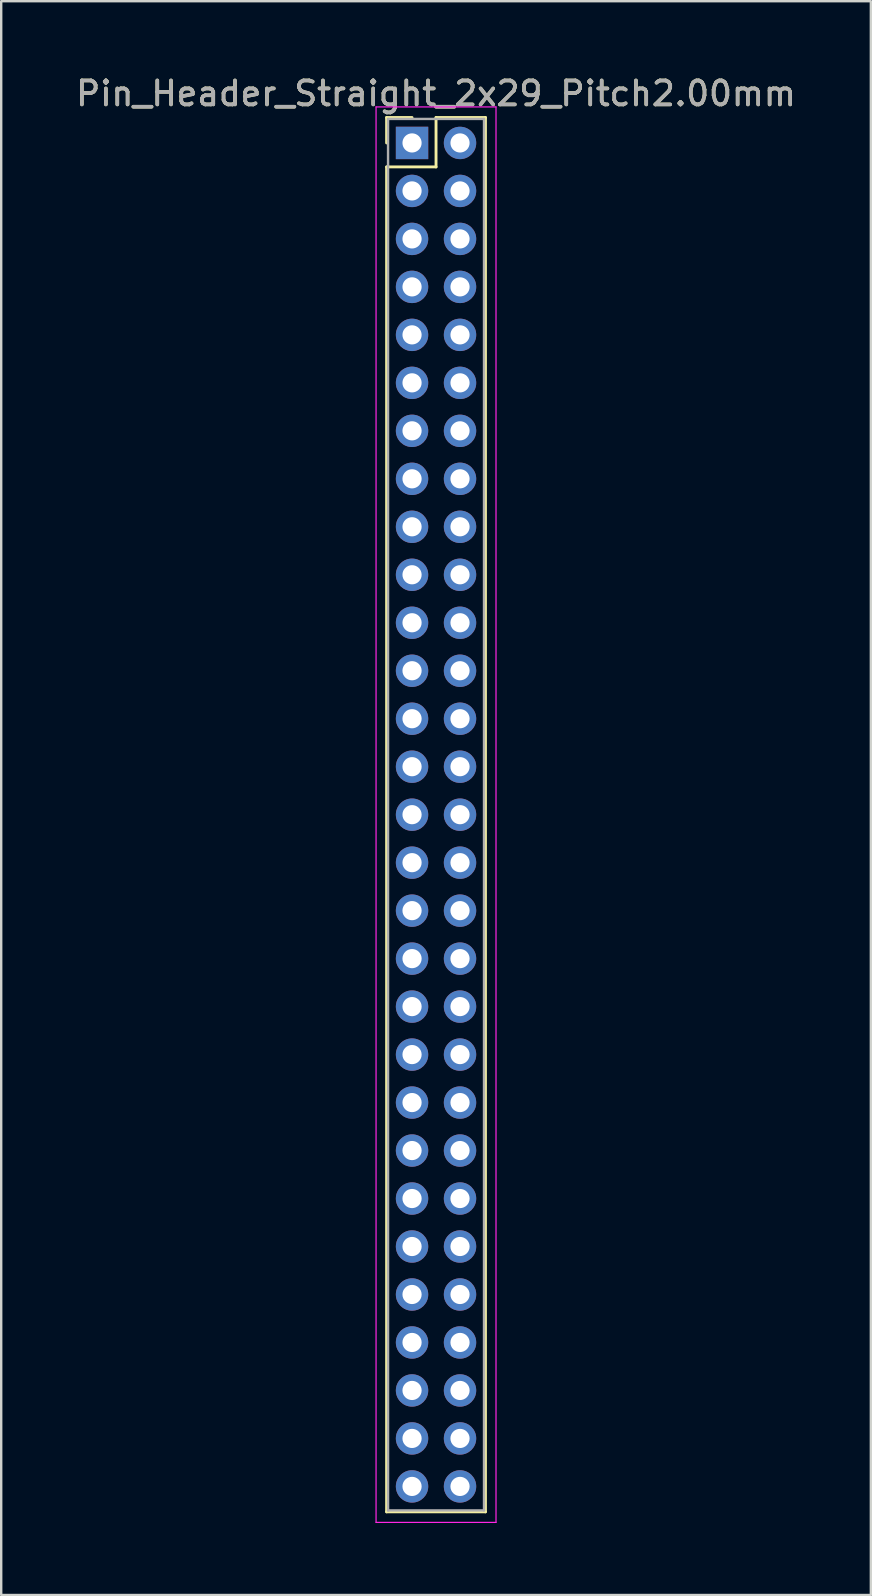
<source format=kicad_pcb>
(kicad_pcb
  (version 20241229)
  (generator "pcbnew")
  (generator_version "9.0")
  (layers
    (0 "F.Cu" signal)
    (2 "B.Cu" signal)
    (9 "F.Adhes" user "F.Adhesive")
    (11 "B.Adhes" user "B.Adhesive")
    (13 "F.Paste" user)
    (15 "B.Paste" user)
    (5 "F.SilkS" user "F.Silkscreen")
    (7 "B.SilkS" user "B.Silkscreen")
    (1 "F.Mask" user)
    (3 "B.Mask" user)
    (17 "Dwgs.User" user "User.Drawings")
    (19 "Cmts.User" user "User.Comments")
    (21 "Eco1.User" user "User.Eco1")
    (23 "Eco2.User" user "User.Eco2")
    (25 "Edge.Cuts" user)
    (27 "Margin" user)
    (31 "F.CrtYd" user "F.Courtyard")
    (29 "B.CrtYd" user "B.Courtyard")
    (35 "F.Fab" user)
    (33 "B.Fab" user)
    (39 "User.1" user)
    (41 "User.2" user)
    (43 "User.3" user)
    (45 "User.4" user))
  (footprint "Pin_Header_Straight_2x29_Pitch2.00mm"
    (layer "F.Cu")
    (at 14.125 2.908)
    (property "Reference" "Pin_Header_Straight_2x29_Pitch2.00mm" (at 1 -2.06 0) (layer "F.SilkS") (effects (font (size 1 1) (thickness 0.15))))
    (attr through_hole)
    (fp_line (start -1.06 -1.06) (end 0 -1.06) (stroke (width 0.12) (type solid)) (layer "F.SilkS"))
    (fp_line (start -1.06 0) (end -1.06 -1.06) (stroke (width 0.12) (type solid)) (layer "F.SilkS"))
    (fp_line (start -1.06 1) (end -1.06 57.06) (stroke (width 0.12) (type solid)) (layer "F.SilkS"))
    (fp_line (start -1.06 57.06) (end 3.06 57.06) (stroke (width 0.12) (type solid)) (layer "F.SilkS"))
    (fp_line (start 1 -1.06) (end 1 1) (stroke (width 0.12) (type solid)) (layer "F.SilkS"))
    (fp_line (start 1 1) (end -1.06 1) (stroke (width 0.12) (type solid)) (layer "F.SilkS"))
    (fp_line (start 3.06 -1.06) (end 1 -1.06) (stroke (width 0.12) (type solid)) (layer "F.SilkS"))
    (fp_line (start 3.06 57.06) (end 3.06 -1.06) (stroke (width 0.12) (type solid)) (layer "F.SilkS"))
    (fp_line (start -1.5 -1.5) (end -1.5 57.5) (stroke (width 0.05) (type solid)) (layer "F.CrtYd"))
    (fp_line (start -1.5 57.5) (end 3.5 57.5) (stroke (width 0.05) (type solid)) (layer "F.CrtYd"))
    (fp_line (start 3.5 -1.5) (end -1.5 -1.5) (stroke (width 0.05) (type solid)) (layer "F.CrtYd"))
    (fp_line (start 3.5 57.5) (end 3.5 -1.5) (stroke (width 0.05) (type solid)) (layer "F.CrtYd"))
    (fp_line (start -1 -1) (end -1 57) (stroke (width 0.1) (type solid)) (layer "F.Fab"))
    (fp_line (start -1 57) (end 3 57) (stroke (width 0.1) (type solid)) (layer "F.Fab"))
    (fp_line (start 3 -1) (end -1 -1) (stroke (width 0.1) (type solid)) (layer "F.Fab"))
    (fp_line (start 3 57) (end 3 -1) (stroke (width 0.1) (type solid)) (layer "F.Fab"))
    (fp_text user "${REFERENCE}" (at 1 -2.06 0) (layer "F.Fab") (effects (font (size 1 1) (thickness 0.15))))
    (pad "1" thru_hole rect (at 0 0) (size 1.35 1.35) (drill 0.8) (layers "*.Cu" "*.Mask"))
    (pad "2" thru_hole oval (at 2 0) (size 1.35 1.35) (drill 0.8) (layers "*.Cu" "*.Mask"))
    (pad "3" thru_hole oval (at 0 2) (size 1.35 1.35) (drill 0.8) (layers "*.Cu" "*.Mask"))
    (pad "4" thru_hole oval (at 2 2) (size 1.35 1.35) (drill 0.8) (layers "*.Cu" "*.Mask"))
    (pad "5" thru_hole oval (at 0 4) (size 1.35 1.35) (drill 0.8) (layers "*.Cu" "*.Mask"))
    (pad "6" thru_hole oval (at 2 4) (size 1.35 1.35) (drill 0.8) (layers "*.Cu" "*.Mask"))
    (pad "7" thru_hole oval (at 0 6) (size 1.35 1.35) (drill 0.8) (layers "*.Cu" "*.Mask"))
    (pad "8" thru_hole oval (at 2 6) (size 1.35 1.35) (drill 0.8) (layers "*.Cu" "*.Mask"))
    (pad "9" thru_hole oval (at 0 8) (size 1.35 1.35) (drill 0.8) (layers "*.Cu" "*.Mask"))
    (pad "10" thru_hole oval (at 2 8) (size 1.35 1.35) (drill 0.8) (layers "*.Cu" "*.Mask"))
    (pad "11" thru_hole oval (at 0 10) (size 1.35 1.35) (drill 0.8) (layers "*.Cu" "*.Mask"))
    (pad "12" thru_hole oval (at 2 10) (size 1.35 1.35) (drill 0.8) (layers "*.Cu" "*.Mask"))
    (pad "13" thru_hole oval (at 0 12) (size 1.35 1.35) (drill 0.8) (layers "*.Cu" "*.Mask"))
    (pad "14" thru_hole oval (at 2 12) (size 1.35 1.35) (drill 0.8) (layers "*.Cu" "*.Mask"))
    (pad "15" thru_hole oval (at 0 14) (size 1.35 1.35) (drill 0.8) (layers "*.Cu" "*.Mask"))
    (pad "16" thru_hole oval (at 2 14) (size 1.35 1.35) (drill 0.8) (layers "*.Cu" "*.Mask"))
    (pad "17" thru_hole oval (at 0 16) (size 1.35 1.35) (drill 0.8) (layers "*.Cu" "*.Mask"))
    (pad "18" thru_hole oval (at 2 16) (size 1.35 1.35) (drill 0.8) (layers "*.Cu" "*.Mask"))
    (pad "19" thru_hole oval (at 0 18) (size 1.35 1.35) (drill 0.8) (layers "*.Cu" "*.Mask"))
    (pad "20" thru_hole oval (at 2 18) (size 1.35 1.35) (drill 0.8) (layers "*.Cu" "*.Mask"))
    (pad "21" thru_hole oval (at 0 20) (size 1.35 1.35) (drill 0.8) (layers "*.Cu" "*.Mask"))
    (pad "22" thru_hole oval (at 2 20) (size 1.35 1.35) (drill 0.8) (layers "*.Cu" "*.Mask"))
    (pad "23" thru_hole oval (at 0 22) (size 1.35 1.35) (drill 0.8) (layers "*.Cu" "*.Mask"))
    (pad "24" thru_hole oval (at 2 22) (size 1.35 1.35) (drill 0.8) (layers "*.Cu" "*.Mask"))
    (pad "25" thru_hole oval (at 0 24) (size 1.35 1.35) (drill 0.8) (layers "*.Cu" "*.Mask"))
    (pad "26" thru_hole oval (at 2 24) (size 1.35 1.35) (drill 0.8) (layers "*.Cu" "*.Mask"))
    (pad "27" thru_hole oval (at 0 26) (size 1.35 1.35) (drill 0.8) (layers "*.Cu" "*.Mask"))
    (pad "28" thru_hole oval (at 2 26) (size 1.35 1.35) (drill 0.8) (layers "*.Cu" "*.Mask"))
    (pad "29" thru_hole oval (at 0 28) (size 1.35 1.35) (drill 0.8) (layers "*.Cu" "*.Mask"))
    (pad "30" thru_hole oval (at 2 28) (size 1.35 1.35) (drill 0.8) (layers "*.Cu" "*.Mask"))
    (pad "31" thru_hole oval (at 0 30) (size 1.35 1.35) (drill 0.8) (layers "*.Cu" "*.Mask"))
    (pad "32" thru_hole oval (at 2 30) (size 1.35 1.35) (drill 0.8) (layers "*.Cu" "*.Mask"))
    (pad "33" thru_hole oval (at 0 32) (size 1.35 1.35) (drill 0.8) (layers "*.Cu" "*.Mask"))
    (pad "34" thru_hole oval (at 2 32) (size 1.35 1.35) (drill 0.8) (layers "*.Cu" "*.Mask"))
    (pad "35" thru_hole oval (at 0 34) (size 1.35 1.35) (drill 0.8) (layers "*.Cu" "*.Mask"))
    (pad "36" thru_hole oval (at 2 34) (size 1.35 1.35) (drill 0.8) (layers "*.Cu" "*.Mask"))
    (pad "37" thru_hole oval (at 0 36) (size 1.35 1.35) (drill 0.8) (layers "*.Cu" "*.Mask"))
    (pad "38" thru_hole oval (at 2 36) (size 1.35 1.35) (drill 0.8) (layers "*.Cu" "*.Mask"))
    (pad "39" thru_hole oval (at 0 38) (size 1.35 1.35) (drill 0.8) (layers "*.Cu" "*.Mask"))
    (pad "40" thru_hole oval (at 2 38) (size 1.35 1.35) (drill 0.8) (layers "*.Cu" "*.Mask"))
    (pad "41" thru_hole oval (at 0 40) (size 1.35 1.35) (drill 0.8) (layers "*.Cu" "*.Mask"))
    (pad "42" thru_hole oval (at 2 40) (size 1.35 1.35) (drill 0.8) (layers "*.Cu" "*.Mask"))
    (pad "43" thru_hole oval (at 0 42) (size 1.35 1.35) (drill 0.8) (layers "*.Cu" "*.Mask"))
    (pad "44" thru_hole oval (at 2 42) (size 1.35 1.35) (drill 0.8) (layers "*.Cu" "*.Mask"))
    (pad "45" thru_hole oval (at 0 44) (size 1.35 1.35) (drill 0.8) (layers "*.Cu" "*.Mask"))
    (pad "46" thru_hole oval (at 2 44) (size 1.35 1.35) (drill 0.8) (layers "*.Cu" "*.Mask"))
    (pad "47" thru_hole oval (at 0 46) (size 1.35 1.35) (drill 0.8) (layers "*.Cu" "*.Mask"))
    (pad "48" thru_hole oval (at 2 46) (size 1.35 1.35) (drill 0.8) (layers "*.Cu" "*.Mask"))
    (pad "49" thru_hole oval (at 0 48) (size 1.35 1.35) (drill 0.8) (layers "*.Cu" "*.Mask"))
    (pad "50" thru_hole oval (at 2 48) (size 1.35 1.35) (drill 0.8) (layers "*.Cu" "*.Mask"))
    (pad "51" thru_hole oval (at 0 50) (size 1.35 1.35) (drill 0.8) (layers "*.Cu" "*.Mask"))
    (pad "52" thru_hole oval (at 2 50) (size 1.35 1.35) (drill 0.8) (layers "*.Cu" "*.Mask"))
    (pad "53" thru_hole oval (at 0 52) (size 1.35 1.35) (drill 0.8) (layers "*.Cu" "*.Mask"))
    (pad "54" thru_hole oval (at 2 52) (size 1.35 1.35) (drill 0.8) (layers "*.Cu" "*.Mask"))
    (pad "55" thru_hole oval (at 0 54) (size 1.35 1.35) (drill 0.8) (layers "*.Cu" "*.Mask"))
    (pad "56" thru_hole oval (at 2 54) (size 1.35 1.35) (drill 0.8) (layers "*.Cu" "*.Mask"))
    (pad "57" thru_hole oval (at 0 56) (size 1.35 1.35) (drill 0.8) (layers "*.Cu" "*.Mask"))
    (pad "58" thru_hole oval (at 2 56) (size 1.35 1.35) (drill 0.8) (layers "*.Cu" "*.Mask")))
  (gr_rect
    (start -3 -3)
    (end 33.25 63.433)
    (stroke (width 0.1) (type default))
    (fill no)
    (layer "Edge.Cuts")))
</source>
